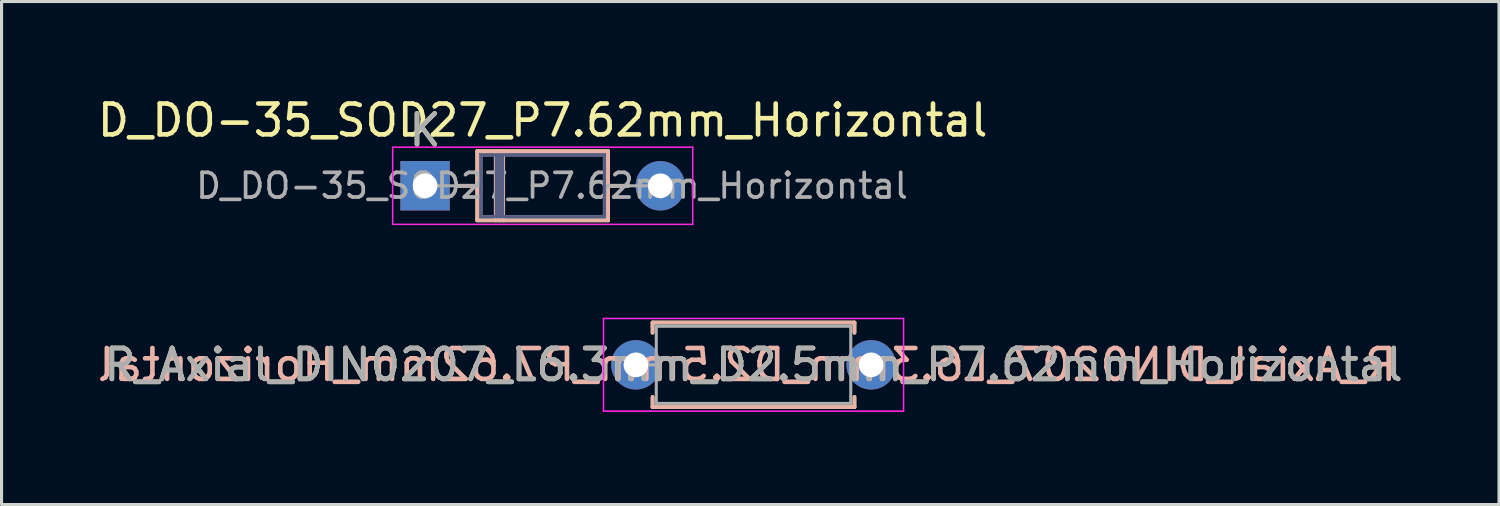
<source format=kicad_pcb>
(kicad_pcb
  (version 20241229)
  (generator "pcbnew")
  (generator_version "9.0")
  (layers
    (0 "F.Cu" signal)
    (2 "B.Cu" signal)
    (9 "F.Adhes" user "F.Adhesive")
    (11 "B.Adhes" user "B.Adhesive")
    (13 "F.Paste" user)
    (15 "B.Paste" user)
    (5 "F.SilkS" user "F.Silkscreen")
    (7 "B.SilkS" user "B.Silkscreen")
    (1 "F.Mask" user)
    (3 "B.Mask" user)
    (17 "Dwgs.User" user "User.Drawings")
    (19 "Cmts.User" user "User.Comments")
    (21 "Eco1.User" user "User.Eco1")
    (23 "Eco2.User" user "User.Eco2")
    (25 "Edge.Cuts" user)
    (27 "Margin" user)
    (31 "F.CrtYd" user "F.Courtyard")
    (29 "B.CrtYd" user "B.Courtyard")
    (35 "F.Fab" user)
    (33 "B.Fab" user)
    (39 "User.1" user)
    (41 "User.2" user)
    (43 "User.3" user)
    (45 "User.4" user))
  (footprint "D_DO-35_SOD27_P7.62mm_Horizontal"
    (layer "F.Cu")
    (at 10.72 2.968)
    (property "Reference" "D_DO-35_SOD27_P7.62mm_Horizontal" (at 3.81 -2.12 180) (layer "F.SilkS") (effects (font (size 1 1) (thickness 0.15))))
    (attr through_hole)
    (fp_line (start 1.04 0) (end 1.69 0) (stroke (width 0.12) (type solid)) (layer "F.SilkS"))
    (fp_line (start 1.69 -1.12) (end 1.69 1.12) (stroke (width 0.12) (type solid)) (layer "F.SilkS"))
    (fp_line (start 1.69 1.12) (end 5.93 1.12) (stroke (width 0.12) (type solid)) (layer "F.SilkS"))
    (fp_line (start 2.29 -1.12) (end 2.29 1.12) (stroke (width 0.12) (type solid)) (layer "F.SilkS"))
    (fp_line (start 2.41 -1.12) (end 2.41 1.12) (stroke (width 0.12) (type solid)) (layer "F.SilkS"))
    (fp_line (start 2.53 -1.12) (end 2.53 1.12) (stroke (width 0.12) (type solid)) (layer "F.SilkS"))
    (fp_line (start 5.93 -1.12) (end 1.69 -1.12) (stroke (width 0.12) (type solid)) (layer "F.SilkS"))
    (fp_line (start 5.93 1.12) (end 5.93 -1.12) (stroke (width 0.12) (type solid)) (layer "F.SilkS"))
    (fp_line (start 6.58 0) (end 5.93 0) (stroke (width 0.12) (type solid)) (layer "F.SilkS"))
    (fp_line (start 1.04 0) (end 1.69 0) (stroke (width 0.12) (type solid)) (layer "B.SilkS"))
    (fp_line (start 1.69 -1.12) (end 5.93 -1.12) (stroke (width 0.12) (type solid)) (layer "B.SilkS"))
    (fp_line (start 1.69 1.12) (end 1.69 -1.12) (stroke (width 0.12) (type solid)) (layer "B.SilkS"))
    (fp_line (start 2.29 1.12) (end 2.29 -1.12) (stroke (width 0.12) (type solid)) (layer "B.SilkS"))
    (fp_line (start 2.41 1.12) (end 2.41 -1.12) (stroke (width 0.12) (type solid)) (layer "B.SilkS"))
    (fp_line (start 2.53 1.12) (end 2.53 -1.12) (stroke (width 0.12) (type solid)) (layer "B.SilkS"))
    (fp_line (start 5.93 -1.12) (end 5.93 1.12) (stroke (width 0.12) (type solid)) (layer "B.SilkS"))
    (fp_line (start 5.93 1.12) (end 1.69 1.12) (stroke (width 0.12) (type solid)) (layer "B.SilkS"))
    (fp_line (start 6.58 0) (end 5.93 0) (stroke (width 0.12) (type solid)) (layer "B.SilkS"))
    (fp_line (start -1.05 -1.25) (end -1.05 1.25) (stroke (width 0.05) (type solid)) (layer "F.CrtYd"))
    (fp_line (start -1.05 1.25) (end 8.67 1.25) (stroke (width 0.05) (type solid)) (layer "F.CrtYd"))
    (fp_line (start 8.67 -1.25) (end -1.05 -1.25) (stroke (width 0.05) (type solid)) (layer "F.CrtYd"))
    (fp_line (start 8.67 1.25) (end 8.67 -1.25) (stroke (width 0.05) (type solid)) (layer "F.CrtYd"))
    (fp_line (start 1.81 -1) (end 5.81 -1) (stroke (width 0.1) (type solid)) (layer "B.Fab"))
    (fp_line (start 1.81 1) (end 1.81 -1) (stroke (width 0.1) (type solid)) (layer "B.Fab"))
    (fp_line (start 2.31 1) (end 2.31 -1) (stroke (width 0.1) (type solid)) (layer "B.Fab"))
    (fp_line (start 2.41 1) (end 2.41 -1) (stroke (width 0.1) (type solid)) (layer "B.Fab"))
    (fp_line (start 2.51 1) (end 2.51 -1) (stroke (width 0.1) (type solid)) (layer "B.Fab"))
    (fp_line (start 5.81 -1) (end 5.81 1) (stroke (width 0.1) (type solid)) (layer "B.Fab"))
    (fp_line (start 5.81 1) (end 1.81 1) (stroke (width 0.1) (type solid)) (layer "B.Fab"))
    (fp_line (start 0 0) (end 1.81 0) (stroke (width 0.1) (type solid)) (layer "F.Fab"))
    (fp_line (start 1.81 -1) (end 1.81 1) (stroke (width 0.1) (type solid)) (layer "F.Fab"))
    (fp_line (start 1.81 1) (end 5.81 1) (stroke (width 0.1) (type solid)) (layer "F.Fab"))
    (fp_line (start 2.31 -1) (end 2.31 1) (stroke (width 0.1) (type solid)) (layer "F.Fab"))
    (fp_line (start 2.41 -1) (end 2.41 1) (stroke (width 0.1) (type solid)) (layer "F.Fab"))
    (fp_line (start 2.51 -1) (end 2.51 1) (stroke (width 0.1) (type solid)) (layer "F.Fab"))
    (fp_line (start 5.81 -1) (end 1.81 -1) (stroke (width 0.1) (type solid)) (layer "F.Fab"))
    (fp_line (start 5.81 1) (end 5.81 -1) (stroke (width 0.1) (type solid)) (layer "F.Fab"))
    (fp_line (start 7.62 0) (end 5.81 0) (stroke (width 0.1) (type solid)) (layer "F.Fab"))
    (fp_text user "K" (at 0 -1.8 180) (layer "F.SilkS") (effects (font (size 1 1) (thickness 0.15))))
    (fp_text user "${REFERENCE}" (at 4.11 0 180) (layer "F.Fab") (effects (font (size 0.8 0.8) (thickness 0.12))))
    (fp_text user "K" (at 0 -1.8 180) (layer "F.Fab") (effects (font (size 1 1) (thickness 0.15))))
    (pad "1" thru_hole rect (at 0 0) (size 1.6 1.6) (drill 0.8) (layers "*.Cu" "*.Mask"))
    (pad "2" thru_hole oval (at 7.62 0) (size 1.6 1.6) (drill 0.8) (layers "*.Cu" "*.Mask")))
  (footprint "R_Axial_DIN0207_L6.3mm_D2.5mm_P7.62mm_Horizontal"
    (layer "F.Cu")
    (at 17.549 8.768)
    (property "Reference" "R_Axial_DIN0207_L6.3mm_D2.5mm_P7.62mm_Horizontal" (at 3.81 0 0) (layer "F.SilkS") (effects (font (size 1 1) (thickness 0.15))))
    (attr through_hole)
    (fp_line (start 0.54 -1.37) (end 7.08 -1.37) (stroke (width 0.12) (type solid)) (layer "F.SilkS"))
    (fp_line (start 0.54 -1.04) (end 0.54 -1.37) (stroke (width 0.12) (type solid)) (layer "F.SilkS"))
    (fp_line (start 0.54 1.04) (end 0.54 1.37) (stroke (width 0.12) (type solid)) (layer "F.SilkS"))
    (fp_line (start 0.54 1.37) (end 7.08 1.37) (stroke (width 0.12) (type solid)) (layer "F.SilkS"))
    (fp_line (start 7.08 -1.37) (end 7.08 -1.04) (stroke (width 0.12) (type solid)) (layer "F.SilkS"))
    (fp_line (start 7.08 1.37) (end 7.08 1.04) (stroke (width 0.12) (type solid)) (layer "F.SilkS"))
    (fp_line (start 0.54 -1.37) (end 0.54 -1.04) (stroke (width 0.12) (type solid)) (layer "B.SilkS"))
    (fp_line (start 0.54 1.37) (end 0.54 1.04) (stroke (width 0.12) (type solid)) (layer "B.SilkS"))
    (fp_line (start 7.08 -1.37) (end 0.54 -1.37) (stroke (width 0.12) (type solid)) (layer "B.SilkS"))
    (fp_line (start 7.08 -1.04) (end 7.08 -1.37) (stroke (width 0.12) (type solid)) (layer "B.SilkS"))
    (fp_line (start 7.08 1.04) (end 7.08 1.37) (stroke (width 0.12) (type solid)) (layer "B.SilkS"))
    (fp_line (start 7.08 1.37) (end 0.54 1.37) (stroke (width 0.12) (type solid)) (layer "B.SilkS"))
    (fp_line (start -1.05 -1.5) (end -1.05 1.5) (stroke (width 0.05) (type solid)) (layer "F.CrtYd"))
    (fp_line (start -1.05 1.5) (end 8.67 1.5) (stroke (width 0.05) (type solid)) (layer "F.CrtYd"))
    (fp_line (start 8.67 -1.5) (end -1.05 -1.5) (stroke (width 0.05) (type solid)) (layer "F.CrtYd"))
    (fp_line (start 8.67 1.5) (end 8.67 -1.5) (stroke (width 0.05) (type solid)) (layer "F.CrtYd"))
    (fp_line (start 0 0) (end 0.66 0) (stroke (width 0.1) (type solid)) (layer "F.Fab"))
    (fp_line (start 0.66 -1.25) (end 0.66 1.25) (stroke (width 0.1) (type solid)) (layer "F.Fab"))
    (fp_line (start 0.66 1.25) (end 6.96 1.25) (stroke (width 0.1) (type solid)) (layer "F.Fab"))
    (fp_line (start 6.96 -1.25) (end 0.66 -1.25) (stroke (width 0.1) (type solid)) (layer "F.Fab"))
    (fp_line (start 6.96 1.25) (end 6.96 -1.25) (stroke (width 0.1) (type solid)) (layer "F.Fab"))
    (fp_line (start 7.62 0) (end 6.96 0) (stroke (width 0.1) (type solid)) (layer "F.Fab"))
    (fp_text user "${REFERENCE}" (at 3.6 0 180) (layer "B.SilkS") (effects (font (size 1 1) (thickness 0.15)) (justify mirror)))
    (fp_text user "${REFERENCE}" (at 3.81 0 0) (layer "F.Fab") (effects (font (size 1 1) (thickness 0.15))))
    (pad "1" thru_hole circle (at 0 0) (size 1.6 1.6) (drill 0.8) (layers "*.Cu" "*.Mask"))
    (pad "2" thru_hole oval (at 7.62 0) (size 1.6 1.6) (drill 0.8) (layers "*.Cu" "*.Mask")))
  (gr_rect
    (start -3 -3)
    (end 45.508 13.293)
    (stroke (width 0.1) (type default))
    (fill no)
    (layer "Edge.Cuts")))
</source>
